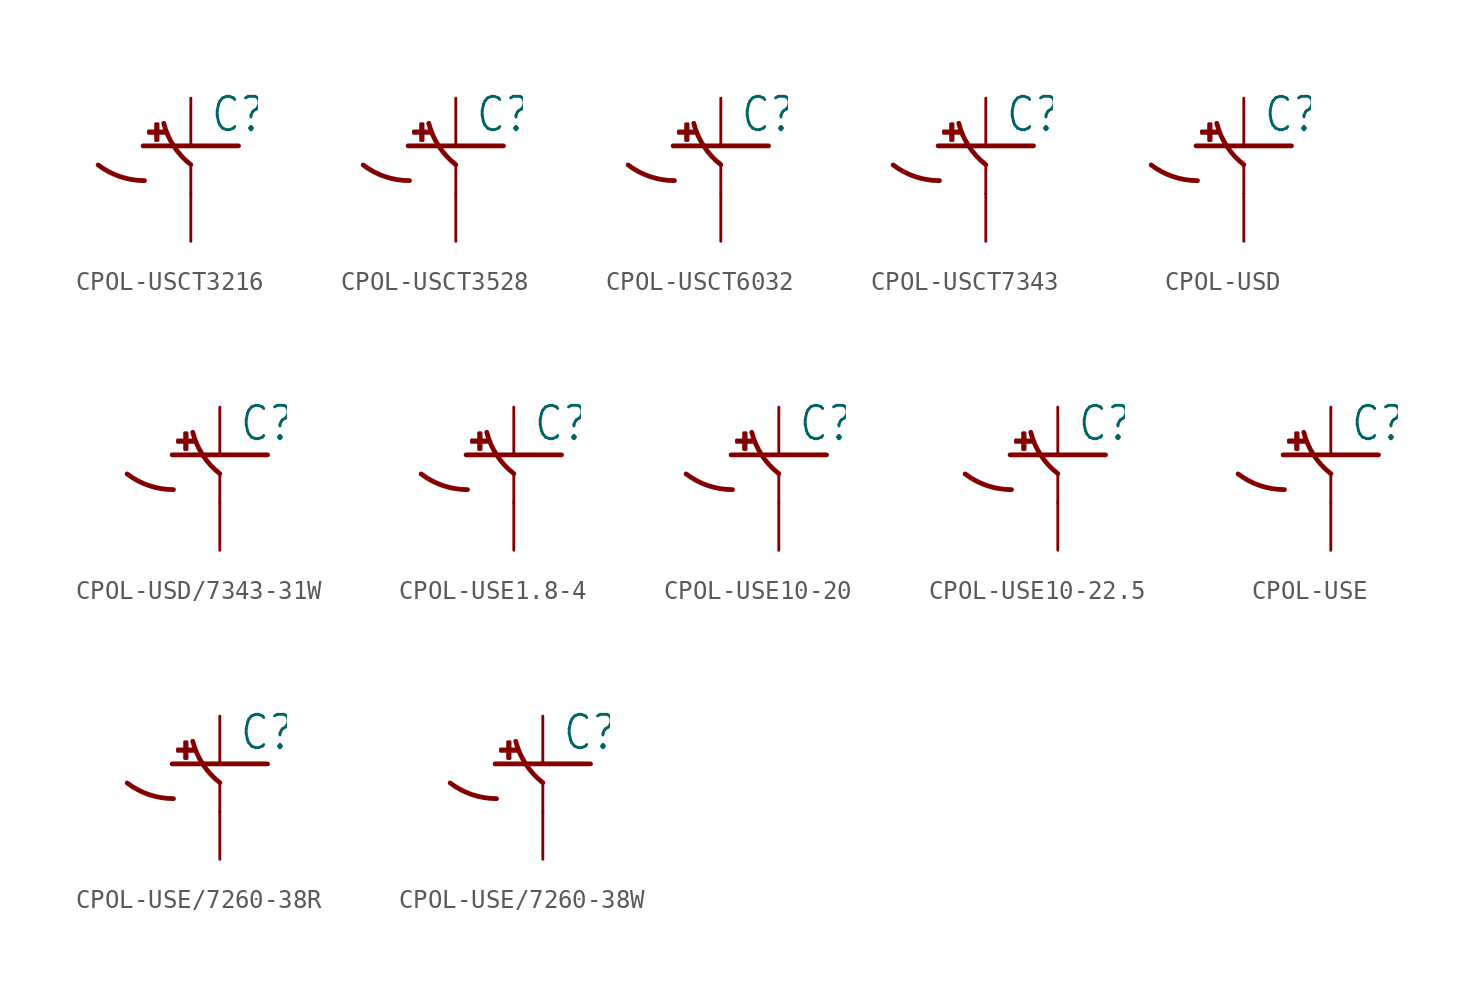
<source format=kicad_sym>
(kicad_symbol_lib
  (version 20241209)
  (generator "kicad_symbol_editor")
  (generator_version "9.0")
  (symbol "CPOL-USCT3216"
    (property "Reference" "C"
      (at 1.016 0.635 0)
      (effects (font (size 1.778 1.511)) (justify left bottom)))
    (property "Value" ""
      (at 1.016 -4.191 0)
      (effects (font (size 1.778 1.511)) (justify left bottom)))
    (property "ki_locked" ""
      (at 0 0 0)
      (effects (font (size 1.27 1.27))))
    (symbol "CPOL-USCT3216_1_0"
      (polyline (pts (xy -2.54 0) (xy 2.54 0)) (stroke (width 0.254) (type solid)) (fill (type none)))
      (arc (start -2.4669 -1.8504) (mid -3.7689 -1.6361) (end -4.9337 -1.0159) (stroke (width 0.254) (type solid)) (fill (type none)))
      (rectangle (start -2.253 0.668) (end -1.364 0.795) (stroke (width 0) (type default)) (fill (type outline)))
      (rectangle (start -1.872 0.287) (end -1.745 1.176) (stroke (width 0) (type default)) (fill (type outline)))
      (polyline (pts (xy 0 -1.016) (xy 0 -2.54)) (stroke (width 0.152) (type solid)) (fill (type none)))
      (arc (start 0 -1) (mid -0.9038 -0.0189) (end -1.4403 1.2025) (stroke (width 0.254) (type solid)) (fill (type none)))
      (pin passive line (at 0 2.54 270) (length 2.54) (name "+" (effects (font (size 0 0)))) (number "+" (effects (font (size 0 0)))))
      (pin passive line (at 0 -5.08 90) (length 2.54) (name "-" (effects (font (size 0 0)))) (number "-" (effects (font (size 0 0)))))))
  (symbol "CPOL-USCT3528"
    (property "Reference" "C"
      (at 1.016 0.635 0)
      (effects (font (size 1.778 1.511)) (justify left bottom)))
    (property "Value" ""
      (at 1.016 -4.191 0)
      (effects (font (size 1.778 1.511)) (justify left bottom)))
    (property "ki_locked" ""
      (at 0 0 0)
      (effects (font (size 1.27 1.27))))
    (symbol "CPOL-USCT3528_1_0"
      (polyline (pts (xy -2.54 0) (xy 2.54 0)) (stroke (width 0.254) (type solid)) (fill (type none)))
      (arc (start -2.4669 -1.8504) (mid -3.7689 -1.6361) (end -4.9337 -1.0159) (stroke (width 0.254) (type solid)) (fill (type none)))
      (rectangle (start -2.253 0.668) (end -1.364 0.795) (stroke (width 0) (type default)) (fill (type outline)))
      (rectangle (start -1.872 0.287) (end -1.745 1.176) (stroke (width 0) (type default)) (fill (type outline)))
      (polyline (pts (xy 0 -1.016) (xy 0 -2.54)) (stroke (width 0.152) (type solid)) (fill (type none)))
      (arc (start 0 -1) (mid -0.9038 -0.0189) (end -1.4403 1.2025) (stroke (width 0.254) (type solid)) (fill (type none)))
      (pin passive line (at 0 2.54 270) (length 2.54) (name "+" (effects (font (size 0 0)))) (number "+" (effects (font (size 0 0)))))
      (pin passive line (at 0 -5.08 90) (length 2.54) (name "-" (effects (font (size 0 0)))) (number "-" (effects (font (size 0 0)))))))
  (symbol "CPOL-USCT6032"
    (property "Reference" "C"
      (at 1.016 0.635 0)
      (effects (font (size 1.778 1.511)) (justify left bottom)))
    (property "Value" ""
      (at 1.016 -4.191 0)
      (effects (font (size 1.778 1.511)) (justify left bottom)))
    (property "ki_locked" ""
      (at 0 0 0)
      (effects (font (size 1.27 1.27))))
    (symbol "CPOL-USCT6032_1_0"
      (polyline (pts (xy -2.54 0) (xy 2.54 0)) (stroke (width 0.254) (type solid)) (fill (type none)))
      (arc (start -2.4669 -1.8504) (mid -3.7689 -1.6361) (end -4.9337 -1.0159) (stroke (width 0.254) (type solid)) (fill (type none)))
      (rectangle (start -2.253 0.668) (end -1.364 0.795) (stroke (width 0) (type default)) (fill (type outline)))
      (rectangle (start -1.872 0.287) (end -1.745 1.176) (stroke (width 0) (type default)) (fill (type outline)))
      (polyline (pts (xy 0 -1.016) (xy 0 -2.54)) (stroke (width 0.152) (type solid)) (fill (type none)))
      (arc (start 0 -1) (mid -0.9038 -0.0189) (end -1.4403 1.2025) (stroke (width 0.254) (type solid)) (fill (type none)))
      (pin passive line (at 0 2.54 270) (length 2.54) (name "+" (effects (font (size 0 0)))) (number "+" (effects (font (size 0 0)))))
      (pin passive line (at 0 -5.08 90) (length 2.54) (name "-" (effects (font (size 0 0)))) (number "-" (effects (font (size 0 0)))))))
  (symbol "CPOL-USCT7343"
    (property "Reference" "C"
      (at 1.016 0.635 0)
      (effects (font (size 1.778 1.511)) (justify left bottom)))
    (property "Value" ""
      (at 1.016 -4.191 0)
      (effects (font (size 1.778 1.511)) (justify left bottom)))
    (property "ki_locked" ""
      (at 0 0 0)
      (effects (font (size 1.27 1.27))))
    (symbol "CPOL-USCT7343_1_0"
      (polyline (pts (xy -2.54 0) (xy 2.54 0)) (stroke (width 0.254) (type solid)) (fill (type none)))
      (arc (start -2.4669 -1.8504) (mid -3.7689 -1.6361) (end -4.9337 -1.0159) (stroke (width 0.254) (type solid)) (fill (type none)))
      (rectangle (start -2.253 0.668) (end -1.364 0.795) (stroke (width 0) (type default)) (fill (type outline)))
      (rectangle (start -1.872 0.287) (end -1.745 1.176) (stroke (width 0) (type default)) (fill (type outline)))
      (polyline (pts (xy 0 -1.016) (xy 0 -2.54)) (stroke (width 0.152) (type solid)) (fill (type none)))
      (arc (start 0 -1) (mid -0.9038 -0.0189) (end -1.4403 1.2025) (stroke (width 0.254) (type solid)) (fill (type none)))
      (pin passive line (at 0 2.54 270) (length 2.54) (name "+" (effects (font (size 0 0)))) (number "+" (effects (font (size 0 0)))))
      (pin passive line (at 0 -5.08 90) (length 2.54) (name "-" (effects (font (size 0 0)))) (number "-" (effects (font (size 0 0)))))))
  (symbol "CPOL-USD"
    (property "Reference" "C"
      (at 1.016 0.635 0)
      (effects (font (size 1.778 1.511)) (justify left bottom)))
    (property "Value" ""
      (at 1.016 -4.191 0)
      (effects (font (size 1.778 1.511)) (justify left bottom)))
    (property "ki_locked" ""
      (at 0 0 0)
      (effects (font (size 1.27 1.27))))
    (symbol "CPOL-USD_1_0"
      (polyline (pts (xy -2.54 0) (xy 2.54 0)) (stroke (width 0.254) (type solid)) (fill (type none)))
      (arc (start -2.4669 -1.8504) (mid -3.7689 -1.6361) (end -4.9337 -1.0159) (stroke (width 0.254) (type solid)) (fill (type none)))
      (rectangle (start -2.253 0.668) (end -1.364 0.795) (stroke (width 0) (type default)) (fill (type outline)))
      (rectangle (start -1.872 0.287) (end -1.745 1.176) (stroke (width 0) (type default)) (fill (type outline)))
      (polyline (pts (xy 0 -1.016) (xy 0 -2.54)) (stroke (width 0.152) (type solid)) (fill (type none)))
      (arc (start 0 -1) (mid -0.9038 -0.0189) (end -1.4403 1.2025) (stroke (width 0.254) (type solid)) (fill (type none)))
      (pin passive line (at 0 2.54 270) (length 2.54) (name "+" (effects (font (size 0 0)))) (number "+" (effects (font (size 0 0)))))
      (pin passive line (at 0 -5.08 90) (length 2.54) (name "-" (effects (font (size 0 0)))) (number "-" (effects (font (size 0 0)))))))
  (symbol "CPOL-USD/7343-31W"
    (property "Reference" "C"
      (at 1.016 0.635 0)
      (effects (font (size 1.778 1.511)) (justify left bottom)))
    (property "Value" ""
      (at 1.016 -4.191 0)
      (effects (font (size 1.778 1.511)) (justify left bottom)))
    (property "ki_locked" ""
      (at 0 0 0)
      (effects (font (size 1.27 1.27))))
    (symbol "CPOL-USD/7343-31W_1_0"
      (polyline (pts (xy -2.54 0) (xy 2.54 0)) (stroke (width 0.254) (type solid)) (fill (type none)))
      (arc (start -2.4669 -1.8504) (mid -3.7689 -1.6361) (end -4.9337 -1.0159) (stroke (width 0.254) (type solid)) (fill (type none)))
      (rectangle (start -2.253 0.668) (end -1.364 0.795) (stroke (width 0) (type default)) (fill (type outline)))
      (rectangle (start -1.872 0.287) (end -1.745 1.176) (stroke (width 0) (type default)) (fill (type outline)))
      (polyline (pts (xy 0 -1.016) (xy 0 -2.54)) (stroke (width 0.152) (type solid)) (fill (type none)))
      (arc (start 0 -1) (mid -0.9038 -0.0189) (end -1.4403 1.2025) (stroke (width 0.254) (type solid)) (fill (type none)))
      (pin passive line (at 0 2.54 270) (length 2.54) (name "+" (effects (font (size 0 0)))) (number "+" (effects (font (size 0 0)))))
      (pin passive line (at 0 -5.08 90) (length 2.54) (name "-" (effects (font (size 0 0)))) (number "-" (effects (font (size 0 0)))))))
  (symbol "CPOL-USE1.8-4"
    (property "Reference" "C"
      (at 1.016 0.635 0)
      (effects (font (size 1.778 1.511)) (justify left bottom)))
    (property "Value" ""
      (at 1.016 -4.191 0)
      (effects (font (size 1.778 1.511)) (justify left bottom)))
    (property "ki_locked" ""
      (at 0 0 0)
      (effects (font (size 1.27 1.27))))
    (symbol "CPOL-USE1.8-4_1_0"
      (polyline (pts (xy -2.54 0) (xy 2.54 0)) (stroke (width 0.254) (type solid)) (fill (type none)))
      (arc (start -2.4669 -1.8504) (mid -3.7689 -1.6361) (end -4.9337 -1.0159) (stroke (width 0.254) (type solid)) (fill (type none)))
      (rectangle (start -2.253 0.668) (end -1.364 0.795) (stroke (width 0) (type default)) (fill (type outline)))
      (rectangle (start -1.872 0.287) (end -1.745 1.176) (stroke (width 0) (type default)) (fill (type outline)))
      (polyline (pts (xy 0 -1.016) (xy 0 -2.54)) (stroke (width 0.152) (type solid)) (fill (type none)))
      (arc (start 0 -1) (mid -0.9038 -0.0189) (end -1.4403 1.2025) (stroke (width 0.254) (type solid)) (fill (type none)))
      (pin passive line (at 0 2.54 270) (length 2.54) (name "+" (effects (font (size 0 0)))) (number "+" (effects (font (size 0 0)))))
      (pin passive line (at 0 -5.08 90) (length 2.54) (name "-" (effects (font (size 0 0)))) (number "-" (effects (font (size 0 0)))))))
  (symbol "CPOL-USE10-20"
    (property "Reference" "C"
      (at 1.016 0.635 0)
      (effects (font (size 1.778 1.511)) (justify left bottom)))
    (property "Value" ""
      (at 1.016 -4.191 0)
      (effects (font (size 1.778 1.511)) (justify left bottom)))
    (property "ki_locked" ""
      (at 0 0 0)
      (effects (font (size 1.27 1.27))))
    (symbol "CPOL-USE10-20_1_0"
      (polyline (pts (xy -2.54 0) (xy 2.54 0)) (stroke (width 0.254) (type solid)) (fill (type none)))
      (arc (start -2.4669 -1.8504) (mid -3.7689 -1.6361) (end -4.9337 -1.0159) (stroke (width 0.254) (type solid)) (fill (type none)))
      (rectangle (start -2.253 0.668) (end -1.364 0.795) (stroke (width 0) (type default)) (fill (type outline)))
      (rectangle (start -1.872 0.287) (end -1.745 1.176) (stroke (width 0) (type default)) (fill (type outline)))
      (polyline (pts (xy 0 -1.016) (xy 0 -2.54)) (stroke (width 0.152) (type solid)) (fill (type none)))
      (arc (start 0 -1) (mid -0.9038 -0.0189) (end -1.4403 1.2025) (stroke (width 0.254) (type solid)) (fill (type none)))
      (pin passive line (at 0 2.54 270) (length 2.54) (name "+" (effects (font (size 0 0)))) (number "+" (effects (font (size 0 0)))))
      (pin passive line (at 0 -5.08 90) (length 2.54) (name "-" (effects (font (size 0 0)))) (number "-" (effects (font (size 0 0)))))))
  (symbol "CPOL-USE10-22.5"
    (property "Reference" "C"
      (at 1.016 0.635 0)
      (effects (font (size 1.778 1.511)) (justify left bottom)))
    (property "Value" ""
      (at 1.016 -4.191 0)
      (effects (font (size 1.778 1.511)) (justify left bottom)))
    (property "ki_locked" ""
      (at 0 0 0)
      (effects (font (size 1.27 1.27))))
    (symbol "CPOL-USE10-22.5_1_0"
      (polyline (pts (xy -2.54 0) (xy 2.54 0)) (stroke (width 0.254) (type solid)) (fill (type none)))
      (arc (start -2.4669 -1.8504) (mid -3.7689 -1.6361) (end -4.9337 -1.0159) (stroke (width 0.254) (type solid)) (fill (type none)))
      (rectangle (start -2.253 0.668) (end -1.364 0.795) (stroke (width 0) (type default)) (fill (type outline)))
      (rectangle (start -1.872 0.287) (end -1.745 1.176) (stroke (width 0) (type default)) (fill (type outline)))
      (polyline (pts (xy 0 -1.016) (xy 0 -2.54)) (stroke (width 0.152) (type solid)) (fill (type none)))
      (arc (start 0 -1) (mid -0.9038 -0.0189) (end -1.4403 1.2025) (stroke (width 0.254) (type solid)) (fill (type none)))
      (pin passive line (at 0 2.54 270) (length 2.54) (name "+" (effects (font (size 0 0)))) (number "+" (effects (font (size 0 0)))))
      (pin passive line (at 0 -5.08 90) (length 2.54) (name "-" (effects (font (size 0 0)))) (number "-" (effects (font (size 0 0)))))))
  (symbol "CPOL-USE"
    (property "Reference" "C"
      (at 1.016 0.635 0)
      (effects (font (size 1.778 1.511)) (justify left bottom)))
    (property "Value" ""
      (at 1.016 -4.191 0)
      (effects (font (size 1.778 1.511)) (justify left bottom)))
    (property "ki_locked" ""
      (at 0 0 0)
      (effects (font (size 1.27 1.27))))
    (symbol "CPOL-USE_1_0"
      (polyline (pts (xy -2.54 0) (xy 2.54 0)) (stroke (width 0.254) (type solid)) (fill (type none)))
      (arc (start -2.4669 -1.8504) (mid -3.7689 -1.6361) (end -4.9337 -1.0159) (stroke (width 0.254) (type solid)) (fill (type none)))
      (rectangle (start -2.253 0.668) (end -1.364 0.795) (stroke (width 0) (type default)) (fill (type outline)))
      (rectangle (start -1.872 0.287) (end -1.745 1.176) (stroke (width 0) (type default)) (fill (type outline)))
      (polyline (pts (xy 0 -1.016) (xy 0 -2.54)) (stroke (width 0.152) (type solid)) (fill (type none)))
      (arc (start 0 -1) (mid -0.9038 -0.0189) (end -1.4403 1.2025) (stroke (width 0.254) (type solid)) (fill (type none)))
      (pin passive line (at 0 2.54 270) (length 2.54) (name "+" (effects (font (size 0 0)))) (number "+" (effects (font (size 0 0)))))
      (pin passive line (at 0 -5.08 90) (length 2.54) (name "-" (effects (font (size 0 0)))) (number "-" (effects (font (size 0 0)))))))
  (symbol "CPOL-USE/7260-38R"
    (property "Reference" "C"
      (at 1.016 0.635 0)
      (effects (font (size 1.778 1.511)) (justify left bottom)))
    (property "Value" ""
      (at 1.016 -4.191 0)
      (effects (font (size 1.778 1.511)) (justify left bottom)))
    (property "ki_locked" ""
      (at 0 0 0)
      (effects (font (size 1.27 1.27))))
    (symbol "CPOL-USE/7260-38R_1_0"
      (polyline (pts (xy -2.54 0) (xy 2.54 0)) (stroke (width 0.254) (type solid)) (fill (type none)))
      (arc (start -2.4669 -1.8504) (mid -3.7689 -1.6361) (end -4.9337 -1.0159) (stroke (width 0.254) (type solid)) (fill (type none)))
      (rectangle (start -2.253 0.668) (end -1.364 0.795) (stroke (width 0) (type default)) (fill (type outline)))
      (rectangle (start -1.872 0.287) (end -1.745 1.176) (stroke (width 0) (type default)) (fill (type outline)))
      (polyline (pts (xy 0 -1.016) (xy 0 -2.54)) (stroke (width 0.152) (type solid)) (fill (type none)))
      (arc (start 0 -1) (mid -0.9038 -0.0189) (end -1.4403 1.2025) (stroke (width 0.254) (type solid)) (fill (type none)))
      (pin passive line (at 0 2.54 270) (length 2.54) (name "+" (effects (font (size 0 0)))) (number "+" (effects (font (size 0 0)))))
      (pin passive line (at 0 -5.08 90) (length 2.54) (name "-" (effects (font (size 0 0)))) (number "-" (effects (font (size 0 0)))))))
  (symbol "CPOL-USE/7260-38W"
    (property "Reference" "C"
      (at 1.016 0.635 0)
      (effects (font (size 1.778 1.511)) (justify left bottom)))
    (property "Value" ""
      (at 1.016 -4.191 0)
      (effects (font (size 1.778 1.511)) (justify left bottom)))
    (property "ki_locked" ""
      (at 0 0 0)
      (effects (font (size 1.27 1.27))))
    (symbol "CPOL-USE/7260-38W_1_0"
      (polyline (pts (xy -2.54 0) (xy 2.54 0)) (stroke (width 0.254) (type solid)) (fill (type none)))
      (arc (start -2.4669 -1.8504) (mid -3.7689 -1.6361) (end -4.9337 -1.0159) (stroke (width 0.254) (type solid)) (fill (type none)))
      (rectangle (start -2.253 0.668) (end -1.364 0.795) (stroke (width 0) (type default)) (fill (type outline)))
      (rectangle (start -1.872 0.287) (end -1.745 1.176) (stroke (width 0) (type default)) (fill (type outline)))
      (polyline (pts (xy 0 -1.016) (xy 0 -2.54)) (stroke (width 0.152) (type solid)) (fill (type none)))
      (arc (start 0 -1) (mid -0.9038 -0.0189) (end -1.4403 1.2025) (stroke (width 0.254) (type solid)) (fill (type none)))
      (pin passive line (at 0 2.54 270) (length 2.54) (name "+" (effects (font (size 0 0)))) (number "+" (effects (font (size 0 0)))))
      (pin passive line (at 0 -5.08 90) (length 2.54) (name "-" (effects (font (size 0 0)))) (number "-" (effects (font (size 0 0))))))))
</source>
